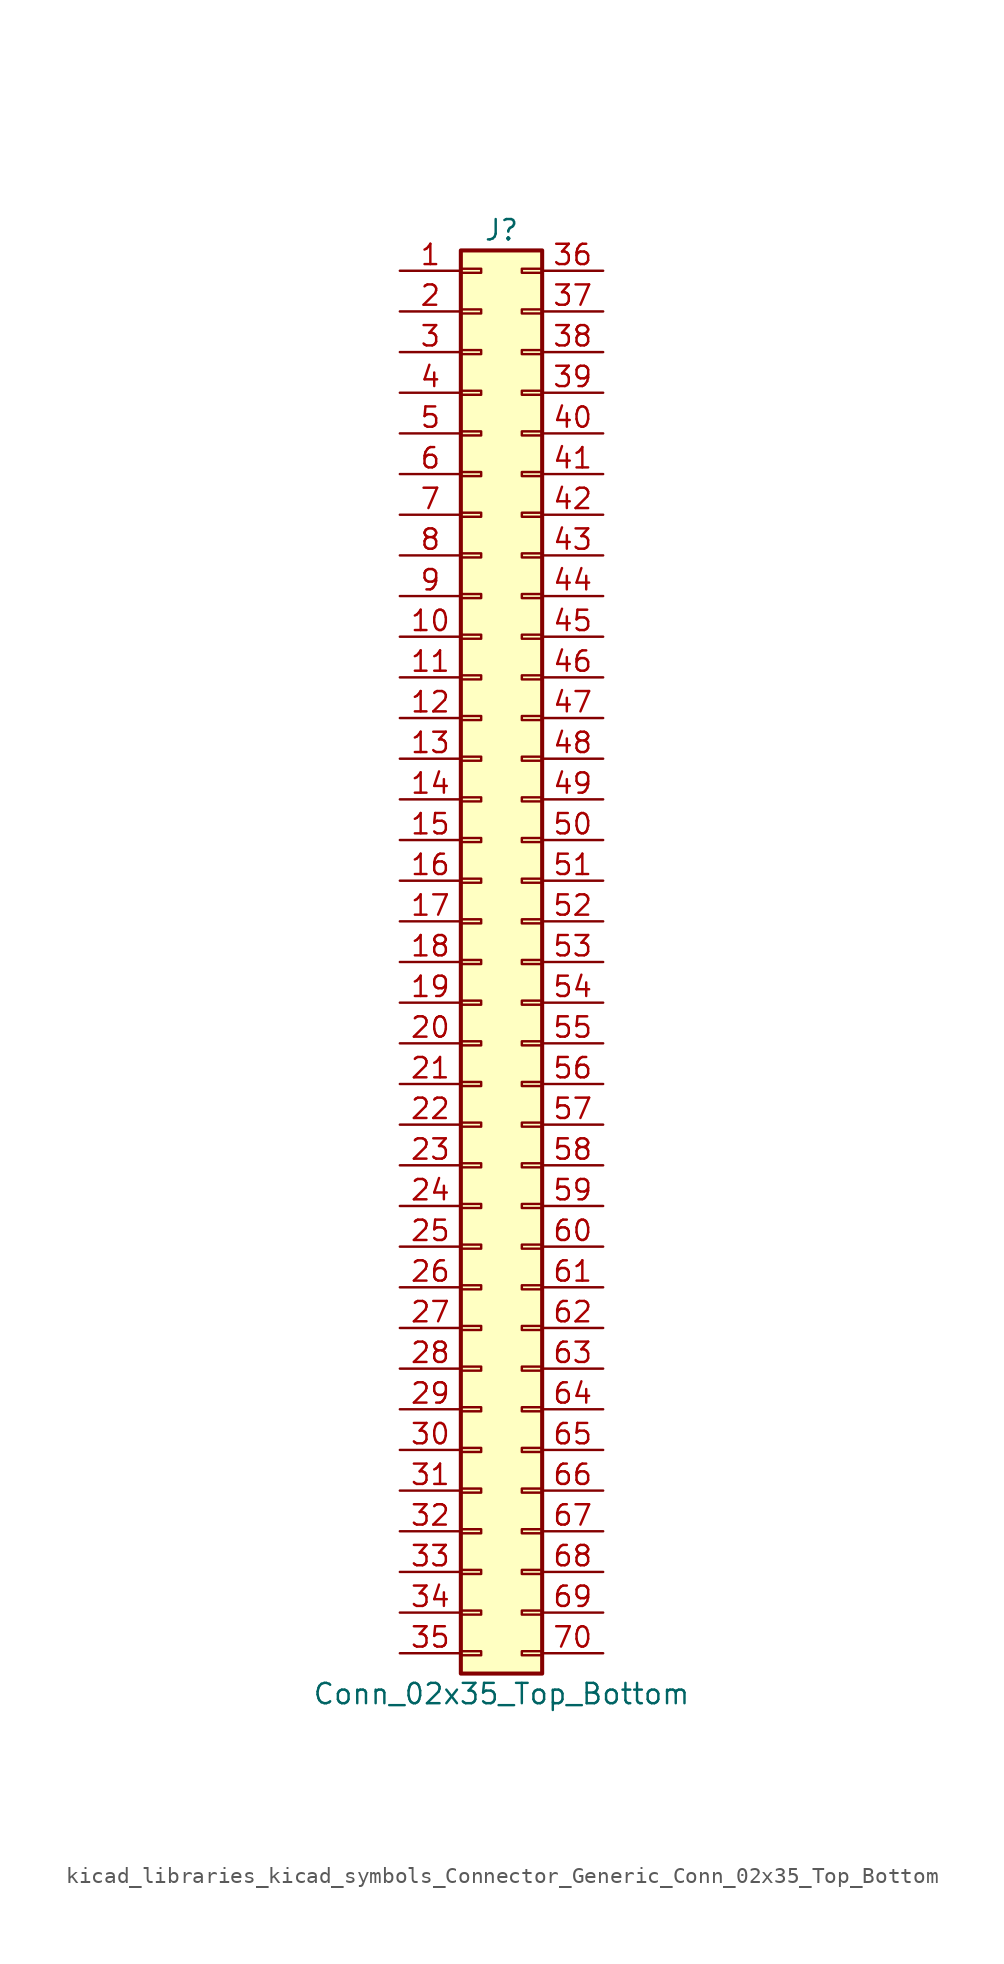
<source format=kicad_sym>
(kicad_symbol_lib
  (version 20220914)
  (generator kicad_symbol_editor)
  (symbol "kicad_libraries_kicad_symbols_Connector_Generic_Conn_02x35_Top_Bottom"
    (pin_names
      (offset 1.016) hide)
    (property "Reference" "J"
      (at 1.27 45.72 0)
      (effects (font (size 1.27 1.27))))
    (property "Value" "Conn_02x35_Top_Bottom"
      (at 1.27 -45.72 0)
      (effects (font (size 1.27 1.27))))
    (symbol "kicad_libraries_kicad_symbols_Connector_Generic_Conn_02x35_Top_Bottom_1_1"
      (rectangle (start -1.27 -43.053) (end 0 -43.307) (stroke (width 0.152) (type default)) (fill (type none)))
      (rectangle (start -1.27 -40.513) (end 0 -40.767) (stroke (width 0.152) (type default)) (fill (type none)))
      (rectangle (start -1.27 -37.973) (end 0 -38.227) (stroke (width 0.152) (type default)) (fill (type none)))
      (rectangle (start -1.27 -35.433) (end 0 -35.687) (stroke (width 0.152) (type default)) (fill (type none)))
      (rectangle (start -1.27 -32.893) (end 0 -33.147) (stroke (width 0.152) (type default)) (fill (type none)))
      (rectangle (start -1.27 -30.353) (end 0 -30.607) (stroke (width 0.152) (type default)) (fill (type none)))
      (rectangle (start -1.27 -27.813) (end 0 -28.067) (stroke (width 0.152) (type default)) (fill (type none)))
      (rectangle (start -1.27 -25.273) (end 0 -25.527) (stroke (width 0.152) (type default)) (fill (type none)))
      (rectangle (start -1.27 -22.733) (end 0 -22.987) (stroke (width 0.152) (type default)) (fill (type none)))
      (rectangle (start -1.27 -20.193) (end 0 -20.447) (stroke (width 0.152) (type default)) (fill (type none)))
      (rectangle (start -1.27 -17.653) (end 0 -17.907) (stroke (width 0.152) (type default)) (fill (type none)))
      (rectangle (start -1.27 -15.113) (end 0 -15.367) (stroke (width 0.152) (type default)) (fill (type none)))
      (rectangle (start -1.27 -12.573) (end 0 -12.827) (stroke (width 0.152) (type default)) (fill (type none)))
      (rectangle (start -1.27 -10.033) (end 0 -10.287) (stroke (width 0.152) (type default)) (fill (type none)))
      (rectangle (start -1.27 -7.493) (end 0 -7.747) (stroke (width 0.152) (type default)) (fill (type none)))
      (rectangle (start -1.27 -4.953) (end 0 -5.207) (stroke (width 0.152) (type default)) (fill (type none)))
      (rectangle (start -1.27 -2.413) (end 0 -2.667) (stroke (width 0.152) (type default)) (fill (type none)))
      (rectangle (start -1.27 0.127) (end 0 -0.127) (stroke (width 0.152) (type default)) (fill (type none)))
      (rectangle (start -1.27 2.667) (end 0 2.413) (stroke (width 0.152) (type default)) (fill (type none)))
      (rectangle (start -1.27 5.207) (end 0 4.953) (stroke (width 0.152) (type default)) (fill (type none)))
      (rectangle (start -1.27 7.747) (end 0 7.493) (stroke (width 0.152) (type default)) (fill (type none)))
      (rectangle (start -1.27 10.287) (end 0 10.033) (stroke (width 0.152) (type default)) (fill (type none)))
      (rectangle (start -1.27 12.827) (end 0 12.573) (stroke (width 0.152) (type default)) (fill (type none)))
      (rectangle (start -1.27 15.367) (end 0 15.113) (stroke (width 0.152) (type default)) (fill (type none)))
      (rectangle (start -1.27 17.907) (end 0 17.653) (stroke (width 0.152) (type default)) (fill (type none)))
      (rectangle (start -1.27 20.447) (end 0 20.193) (stroke (width 0.152) (type default)) (fill (type none)))
      (rectangle (start -1.27 22.987) (end 0 22.733) (stroke (width 0.152) (type default)) (fill (type none)))
      (rectangle (start -1.27 25.527) (end 0 25.273) (stroke (width 0.152) (type default)) (fill (type none)))
      (rectangle (start -1.27 28.067) (end 0 27.813) (stroke (width 0.152) (type default)) (fill (type none)))
      (rectangle (start -1.27 30.607) (end 0 30.353) (stroke (width 0.152) (type default)) (fill (type none)))
      (rectangle (start -1.27 33.147) (end 0 32.893) (stroke (width 0.152) (type default)) (fill (type none)))
      (rectangle (start -1.27 35.687) (end 0 35.433) (stroke (width 0.152) (type default)) (fill (type none)))
      (rectangle (start -1.27 38.227) (end 0 37.973) (stroke (width 0.152) (type default)) (fill (type none)))
      (rectangle (start -1.27 40.767) (end 0 40.513) (stroke (width 0.152) (type default)) (fill (type none)))
      (rectangle (start -1.27 43.307) (end 0 43.053) (stroke (width 0.152) (type default)) (fill (type none)))
      (rectangle (start -1.27 44.45) (end 3.81 -44.45) (stroke (width 0.254) (type default)) (fill (type background)))
      (rectangle (start 3.81 -43.053) (end 2.54 -43.307) (stroke (width 0.152) (type default)) (fill (type none)))
      (rectangle (start 3.81 -40.513) (end 2.54 -40.767) (stroke (width 0.152) (type default)) (fill (type none)))
      (rectangle (start 3.81 -37.973) (end 2.54 -38.227) (stroke (width 0.152) (type default)) (fill (type none)))
      (rectangle (start 3.81 -35.433) (end 2.54 -35.687) (stroke (width 0.152) (type default)) (fill (type none)))
      (rectangle (start 3.81 -32.893) (end 2.54 -33.147) (stroke (width 0.152) (type default)) (fill (type none)))
      (rectangle (start 3.81 -30.353) (end 2.54 -30.607) (stroke (width 0.152) (type default)) (fill (type none)))
      (rectangle (start 3.81 -27.813) (end 2.54 -28.067) (stroke (width 0.152) (type default)) (fill (type none)))
      (rectangle (start 3.81 -25.273) (end 2.54 -25.527) (stroke (width 0.152) (type default)) (fill (type none)))
      (rectangle (start 3.81 -22.733) (end 2.54 -22.987) (stroke (width 0.152) (type default)) (fill (type none)))
      (rectangle (start 3.81 -20.193) (end 2.54 -20.447) (stroke (width 0.152) (type default)) (fill (type none)))
      (rectangle (start 3.81 -17.653) (end 2.54 -17.907) (stroke (width 0.152) (type default)) (fill (type none)))
      (rectangle (start 3.81 -15.113) (end 2.54 -15.367) (stroke (width 0.152) (type default)) (fill (type none)))
      (rectangle (start 3.81 -12.573) (end 2.54 -12.827) (stroke (width 0.152) (type default)) (fill (type none)))
      (rectangle (start 3.81 -10.033) (end 2.54 -10.287) (stroke (width 0.152) (type default)) (fill (type none)))
      (rectangle (start 3.81 -7.493) (end 2.54 -7.747) (stroke (width 0.152) (type default)) (fill (type none)))
      (rectangle (start 3.81 -4.953) (end 2.54 -5.207) (stroke (width 0.152) (type default)) (fill (type none)))
      (rectangle (start 3.81 -2.413) (end 2.54 -2.667) (stroke (width 0.152) (type default)) (fill (type none)))
      (rectangle (start 3.81 0.127) (end 2.54 -0.127) (stroke (width 0.152) (type default)) (fill (type none)))
      (rectangle (start 3.81 2.667) (end 2.54 2.413) (stroke (width 0.152) (type default)) (fill (type none)))
      (rectangle (start 3.81 5.207) (end 2.54 4.953) (stroke (width 0.152) (type default)) (fill (type none)))
      (rectangle (start 3.81 7.747) (end 2.54 7.493) (stroke (width 0.152) (type default)) (fill (type none)))
      (rectangle (start 3.81 10.287) (end 2.54 10.033) (stroke (width 0.152) (type default)) (fill (type none)))
      (rectangle (start 3.81 12.827) (end 2.54 12.573) (stroke (width 0.152) (type default)) (fill (type none)))
      (rectangle (start 3.81 15.367) (end 2.54 15.113) (stroke (width 0.152) (type default)) (fill (type none)))
      (rectangle (start 3.81 17.907) (end 2.54 17.653) (stroke (width 0.152) (type default)) (fill (type none)))
      (rectangle (start 3.81 20.447) (end 2.54 20.193) (stroke (width 0.152) (type default)) (fill (type none)))
      (rectangle (start 3.81 22.987) (end 2.54 22.733) (stroke (width 0.152) (type default)) (fill (type none)))
      (rectangle (start 3.81 25.527) (end 2.54 25.273) (stroke (width 0.152) (type default)) (fill (type none)))
      (rectangle (start 3.81 28.067) (end 2.54 27.813) (stroke (width 0.152) (type default)) (fill (type none)))
      (rectangle (start 3.81 30.607) (end 2.54 30.353) (stroke (width 0.152) (type default)) (fill (type none)))
      (rectangle (start 3.81 33.147) (end 2.54 32.893) (stroke (width 0.152) (type default)) (fill (type none)))
      (rectangle (start 3.81 35.687) (end 2.54 35.433) (stroke (width 0.152) (type default)) (fill (type none)))
      (rectangle (start 3.81 38.227) (end 2.54 37.973) (stroke (width 0.152) (type default)) (fill (type none)))
      (rectangle (start 3.81 40.767) (end 2.54 40.513) (stroke (width 0.152) (type default)) (fill (type none)))
      (rectangle (start 3.81 43.307) (end 2.54 43.053) (stroke (width 0.152) (type default)) (fill (type none)))
      (pin passive line (at -5.08 43.18 0) (length 3.81) (name "Pin_1" (effects (font (size 1.27 1.27)))) (number "1" (effects (font (size 1.27 1.27)))))
      (pin passive line (at -5.08 20.32 0) (length 3.81) (name "Pin_10" (effects (font (size 1.27 1.27)))) (number "10" (effects (font (size 1.27 1.27)))))
      (pin passive line (at -5.08 17.78 0) (length 3.81) (name "Pin_11" (effects (font (size 1.27 1.27)))) (number "11" (effects (font (size 1.27 1.27)))))
      (pin passive line (at -5.08 15.24 0) (length 3.81) (name "Pin_12" (effects (font (size 1.27 1.27)))) (number "12" (effects (font (size 1.27 1.27)))))
      (pin passive line (at -5.08 12.7 0) (length 3.81) (name "Pin_13" (effects (font (size 1.27 1.27)))) (number "13" (effects (font (size 1.27 1.27)))))
      (pin passive line (at -5.08 10.16 0) (length 3.81) (name "Pin_14" (effects (font (size 1.27 1.27)))) (number "14" (effects (font (size 1.27 1.27)))))
      (pin passive line (at -5.08 7.62 0) (length 3.81) (name "Pin_15" (effects (font (size 1.27 1.27)))) (number "15" (effects (font (size 1.27 1.27)))))
      (pin passive line (at -5.08 5.08 0) (length 3.81) (name "Pin_16" (effects (font (size 1.27 1.27)))) (number "16" (effects (font (size 1.27 1.27)))))
      (pin passive line (at -5.08 2.54 0) (length 3.81) (name "Pin_17" (effects (font (size 1.27 1.27)))) (number "17" (effects (font (size 1.27 1.27)))))
      (pin passive line (at -5.08 0 0) (length 3.81) (name "Pin_18" (effects (font (size 1.27 1.27)))) (number "18" (effects (font (size 1.27 1.27)))))
      (pin passive line (at -5.08 -2.54 0) (length 3.81) (name "Pin_19" (effects (font (size 1.27 1.27)))) (number "19" (effects (font (size 1.27 1.27)))))
      (pin passive line (at -5.08 40.64 0) (length 3.81) (name "Pin_2" (effects (font (size 1.27 1.27)))) (number "2" (effects (font (size 1.27 1.27)))))
      (pin passive line (at -5.08 -5.08 0) (length 3.81) (name "Pin_20" (effects (font (size 1.27 1.27)))) (number "20" (effects (font (size 1.27 1.27)))))
      (pin passive line (at -5.08 -7.62 0) (length 3.81) (name "Pin_21" (effects (font (size 1.27 1.27)))) (number "21" (effects (font (size 1.27 1.27)))))
      (pin passive line (at -5.08 -10.16 0) (length 3.81) (name "Pin_22" (effects (font (size 1.27 1.27)))) (number "22" (effects (font (size 1.27 1.27)))))
      (pin passive line (at -5.08 -12.7 0) (length 3.81) (name "Pin_23" (effects (font (size 1.27 1.27)))) (number "23" (effects (font (size 1.27 1.27)))))
      (pin passive line (at -5.08 -15.24 0) (length 3.81) (name "Pin_24" (effects (font (size 1.27 1.27)))) (number "24" (effects (font (size 1.27 1.27)))))
      (pin passive line (at -5.08 -17.78 0) (length 3.81) (name "Pin_25" (effects (font (size 1.27 1.27)))) (number "25" (effects (font (size 1.27 1.27)))))
      (pin passive line (at -5.08 -20.32 0) (length 3.81) (name "Pin_26" (effects (font (size 1.27 1.27)))) (number "26" (effects (font (size 1.27 1.27)))))
      (pin passive line (at -5.08 -22.86 0) (length 3.81) (name "Pin_27" (effects (font (size 1.27 1.27)))) (number "27" (effects (font (size 1.27 1.27)))))
      (pin passive line (at -5.08 -25.4 0) (length 3.81) (name "Pin_28" (effects (font (size 1.27 1.27)))) (number "28" (effects (font (size 1.27 1.27)))))
      (pin passive line (at -5.08 -27.94 0) (length 3.81) (name "Pin_29" (effects (font (size 1.27 1.27)))) (number "29" (effects (font (size 1.27 1.27)))))
      (pin passive line (at -5.08 38.1 0) (length 3.81) (name "Pin_3" (effects (font (size 1.27 1.27)))) (number "3" (effects (font (size 1.27 1.27)))))
      (pin passive line (at -5.08 -30.48 0) (length 3.81) (name "Pin_30" (effects (font (size 1.27 1.27)))) (number "30" (effects (font (size 1.27 1.27)))))
      (pin passive line (at -5.08 -33.02 0) (length 3.81) (name "Pin_31" (effects (font (size 1.27 1.27)))) (number "31" (effects (font (size 1.27 1.27)))))
      (pin passive line (at -5.08 -35.56 0) (length 3.81) (name "Pin_32" (effects (font (size 1.27 1.27)))) (number "32" (effects (font (size 1.27 1.27)))))
      (pin passive line (at -5.08 -38.1 0) (length 3.81) (name "Pin_33" (effects (font (size 1.27 1.27)))) (number "33" (effects (font (size 1.27 1.27)))))
      (pin passive line (at -5.08 -40.64 0) (length 3.81) (name "Pin_34" (effects (font (size 1.27 1.27)))) (number "34" (effects (font (size 1.27 1.27)))))
      (pin passive line (at -5.08 -43.18 0) (length 3.81) (name "Pin_35" (effects (font (size 1.27 1.27)))) (number "35" (effects (font (size 1.27 1.27)))))
      (pin passive line (at 7.62 43.18 180) (length 3.81) (name "Pin_36" (effects (font (size 1.27 1.27)))) (number "36" (effects (font (size 1.27 1.27)))))
      (pin passive line (at 7.62 40.64 180) (length 3.81) (name "Pin_37" (effects (font (size 1.27 1.27)))) (number "37" (effects (font (size 1.27 1.27)))))
      (pin passive line (at 7.62 38.1 180) (length 3.81) (name "Pin_38" (effects (font (size 1.27 1.27)))) (number "38" (effects (font (size 1.27 1.27)))))
      (pin passive line (at 7.62 35.56 180) (length 3.81) (name "Pin_39" (effects (font (size 1.27 1.27)))) (number "39" (effects (font (size 1.27 1.27)))))
      (pin passive line (at -5.08 35.56 0) (length 3.81) (name "Pin_4" (effects (font (size 1.27 1.27)))) (number "4" (effects (font (size 1.27 1.27)))))
      (pin passive line (at 7.62 33.02 180) (length 3.81) (name "Pin_40" (effects (font (size 1.27 1.27)))) (number "40" (effects (font (size 1.27 1.27)))))
      (pin passive line (at 7.62 30.48 180) (length 3.81) (name "Pin_41" (effects (font (size 1.27 1.27)))) (number "41" (effects (font (size 1.27 1.27)))))
      (pin passive line (at 7.62 27.94 180) (length 3.81) (name "Pin_42" (effects (font (size 1.27 1.27)))) (number "42" (effects (font (size 1.27 1.27)))))
      (pin passive line (at 7.62 25.4 180) (length 3.81) (name "Pin_43" (effects (font (size 1.27 1.27)))) (number "43" (effects (font (size 1.27 1.27)))))
      (pin passive line (at 7.62 22.86 180) (length 3.81) (name "Pin_44" (effects (font (size 1.27 1.27)))) (number "44" (effects (font (size 1.27 1.27)))))
      (pin passive line (at 7.62 20.32 180) (length 3.81) (name "Pin_45" (effects (font (size 1.27 1.27)))) (number "45" (effects (font (size 1.27 1.27)))))
      (pin passive line (at 7.62 17.78 180) (length 3.81) (name "Pin_46" (effects (font (size 1.27 1.27)))) (number "46" (effects (font (size 1.27 1.27)))))
      (pin passive line (at 7.62 15.24 180) (length 3.81) (name "Pin_47" (effects (font (size 1.27 1.27)))) (number "47" (effects (font (size 1.27 1.27)))))
      (pin passive line (at 7.62 12.7 180) (length 3.81) (name "Pin_48" (effects (font (size 1.27 1.27)))) (number "48" (effects (font (size 1.27 1.27)))))
      (pin passive line (at 7.62 10.16 180) (length 3.81) (name "Pin_49" (effects (font (size 1.27 1.27)))) (number "49" (effects (font (size 1.27 1.27)))))
      (pin passive line (at -5.08 33.02 0) (length 3.81) (name "Pin_5" (effects (font (size 1.27 1.27)))) (number "5" (effects (font (size 1.27 1.27)))))
      (pin passive line (at 7.62 7.62 180) (length 3.81) (name "Pin_50" (effects (font (size 1.27 1.27)))) (number "50" (effects (font (size 1.27 1.27)))))
      (pin passive line (at 7.62 5.08 180) (length 3.81) (name "Pin_51" (effects (font (size 1.27 1.27)))) (number "51" (effects (font (size 1.27 1.27)))))
      (pin passive line (at 7.62 2.54 180) (length 3.81) (name "Pin_52" (effects (font (size 1.27 1.27)))) (number "52" (effects (font (size 1.27 1.27)))))
      (pin passive line (at 7.62 0 180) (length 3.81) (name "Pin_53" (effects (font (size 1.27 1.27)))) (number "53" (effects (font (size 1.27 1.27)))))
      (pin passive line (at 7.62 -2.54 180) (length 3.81) (name "Pin_54" (effects (font (size 1.27 1.27)))) (number "54" (effects (font (size 1.27 1.27)))))
      (pin passive line (at 7.62 -5.08 180) (length 3.81) (name "Pin_55" (effects (font (size 1.27 1.27)))) (number "55" (effects (font (size 1.27 1.27)))))
      (pin passive line (at 7.62 -7.62 180) (length 3.81) (name "Pin_56" (effects (font (size 1.27 1.27)))) (number "56" (effects (font (size 1.27 1.27)))))
      (pin passive line (at 7.62 -10.16 180) (length 3.81) (name "Pin_57" (effects (font (size 1.27 1.27)))) (number "57" (effects (font (size 1.27 1.27)))))
      (pin passive line (at 7.62 -12.7 180) (length 3.81) (name "Pin_58" (effects (font (size 1.27 1.27)))) (number "58" (effects (font (size 1.27 1.27)))))
      (pin passive line (at 7.62 -15.24 180) (length 3.81) (name "Pin_59" (effects (font (size 1.27 1.27)))) (number "59" (effects (font (size 1.27 1.27)))))
      (pin passive line (at -5.08 30.48 0) (length 3.81) (name "Pin_6" (effects (font (size 1.27 1.27)))) (number "6" (effects (font (size 1.27 1.27)))))
      (pin passive line (at 7.62 -17.78 180) (length 3.81) (name "Pin_60" (effects (font (size 1.27 1.27)))) (number "60" (effects (font (size 1.27 1.27)))))
      (pin passive line (at 7.62 -20.32 180) (length 3.81) (name "Pin_61" (effects (font (size 1.27 1.27)))) (number "61" (effects (font (size 1.27 1.27)))))
      (pin passive line (at 7.62 -22.86 180) (length 3.81) (name "Pin_62" (effects (font (size 1.27 1.27)))) (number "62" (effects (font (size 1.27 1.27)))))
      (pin passive line (at 7.62 -25.4 180) (length 3.81) (name "Pin_63" (effects (font (size 1.27 1.27)))) (number "63" (effects (font (size 1.27 1.27)))))
      (pin passive line (at 7.62 -27.94 180) (length 3.81) (name "Pin_64" (effects (font (size 1.27 1.27)))) (number "64" (effects (font (size 1.27 1.27)))))
      (pin passive line (at 7.62 -30.48 180) (length 3.81) (name "Pin_65" (effects (font (size 1.27 1.27)))) (number "65" (effects (font (size 1.27 1.27)))))
      (pin passive line (at 7.62 -33.02 180) (length 3.81) (name "Pin_66" (effects (font (size 1.27 1.27)))) (number "66" (effects (font (size 1.27 1.27)))))
      (pin passive line (at 7.62 -35.56 180) (length 3.81) (name "Pin_67" (effects (font (size 1.27 1.27)))) (number "67" (effects (font (size 1.27 1.27)))))
      (pin passive line (at 7.62 -38.1 180) (length 3.81) (name "Pin_68" (effects (font (size 1.27 1.27)))) (number "68" (effects (font (size 1.27 1.27)))))
      (pin passive line (at 7.62 -40.64 180) (length 3.81) (name "Pin_69" (effects (font (size 1.27 1.27)))) (number "69" (effects (font (size 1.27 1.27)))))
      (pin passive line (at -5.08 27.94 0) (length 3.81) (name "Pin_7" (effects (font (size 1.27 1.27)))) (number "7" (effects (font (size 1.27 1.27)))))
      (pin passive line (at 7.62 -43.18 180) (length 3.81) (name "Pin_70" (effects (font (size 1.27 1.27)))) (number "70" (effects (font (size 1.27 1.27)))))
      (pin passive line (at -5.08 25.4 0) (length 3.81) (name "Pin_8" (effects (font (size 1.27 1.27)))) (number "8" (effects (font (size 1.27 1.27)))))
      (pin passive line (at -5.08 22.86 0) (length 3.81) (name "Pin_9" (effects (font (size 1.27 1.27)))) (number "9" (effects (font (size 1.27 1.27))))))))
</source>
